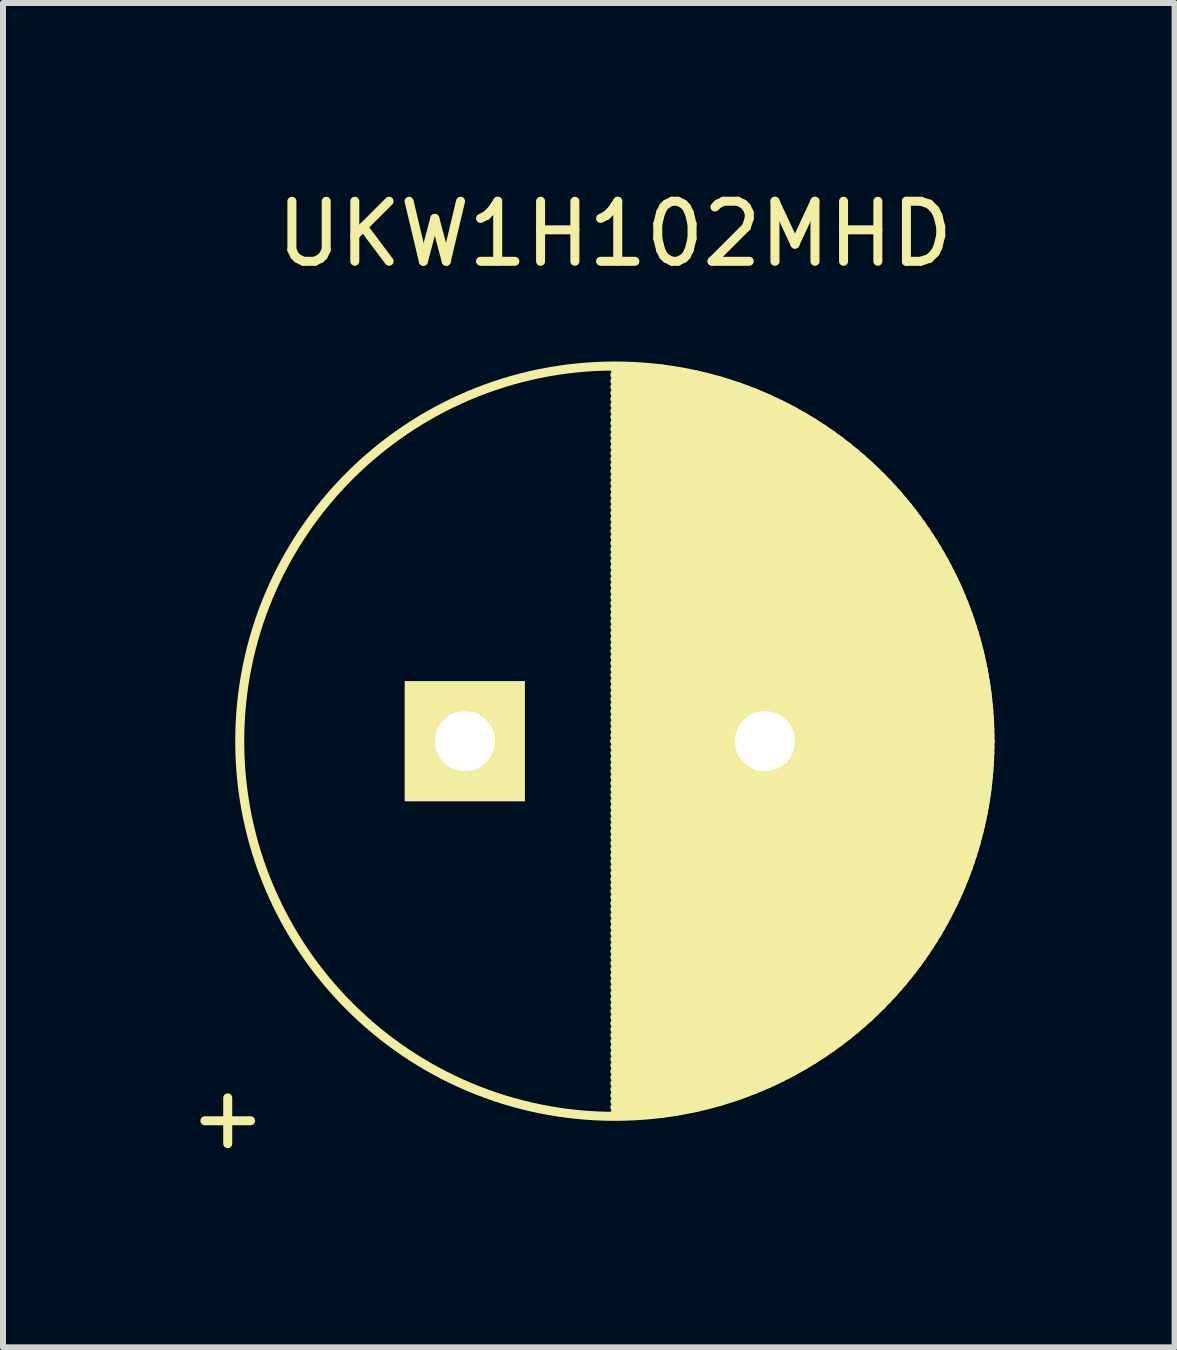
<source format=kicad_pcb>
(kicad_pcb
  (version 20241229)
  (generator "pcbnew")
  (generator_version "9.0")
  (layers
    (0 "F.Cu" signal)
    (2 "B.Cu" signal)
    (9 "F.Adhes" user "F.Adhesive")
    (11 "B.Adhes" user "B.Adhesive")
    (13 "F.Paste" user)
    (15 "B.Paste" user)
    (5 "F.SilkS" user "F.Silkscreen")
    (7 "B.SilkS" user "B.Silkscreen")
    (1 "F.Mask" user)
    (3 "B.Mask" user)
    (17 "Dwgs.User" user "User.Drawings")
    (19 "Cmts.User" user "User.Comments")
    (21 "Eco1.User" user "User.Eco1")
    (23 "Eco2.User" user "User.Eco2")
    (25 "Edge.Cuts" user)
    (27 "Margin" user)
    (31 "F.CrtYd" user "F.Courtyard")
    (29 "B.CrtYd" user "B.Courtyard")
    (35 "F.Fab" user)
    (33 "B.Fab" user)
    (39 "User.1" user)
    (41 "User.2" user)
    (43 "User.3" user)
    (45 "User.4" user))
  (footprint "UKW1H102MHD"
    (layer "F.Cu")
    (at 4.694 9.298)
    (property "Reference" "UKW1H102MHD" (at 2.5 -8.45 0) (layer "F.SilkS") (effects (font (size 1 1) (thickness 0.15))))
    (attr through_hole)
    (fp_line (start 2.5 -6.2) (end 3.289 -6.2) (stroke (width 0.15) (type solid)) (layer "F.SilkS"))
    (fp_line (start 2.5 -6.1) (end 3.861 -6.1) (stroke (width 0.15) (type solid)) (layer "F.SilkS"))
    (fp_line (start 2.5 -6) (end 4.25 -6) (stroke (width 0.15) (type solid)) (layer "F.SilkS"))
    (fp_line (start 2.5 -5.9) (end 4.562 -5.9) (stroke (width 0.15) (type solid)) (layer "F.SilkS"))
    (fp_line (start 2.5 -5.8) (end 4.829 -5.8) (stroke (width 0.15) (type solid)) (layer "F.SilkS"))
    (fp_line (start 2.5 -5.7) (end 5.064 -5.7) (stroke (width 0.15) (type solid)) (layer "F.SilkS"))
    (fp_line (start 2.5 -5.6) (end 5.275 -5.6) (stroke (width 0.15) (type solid)) (layer "F.SilkS"))
    (fp_line (start 2.5 -5.5) (end 5.469 -5.5) (stroke (width 0.15) (type solid)) (layer "F.SilkS"))
    (fp_line (start 2.5 -5.4) (end 5.647 -5.4) (stroke (width 0.15) (type solid)) (layer "F.SilkS"))
    (fp_line (start 2.5 -5.3) (end 5.812 -5.3) (stroke (width 0.15) (type solid)) (layer "F.SilkS"))
    (fp_line (start 2.5 -5.2) (end 5.967 -5.2) (stroke (width 0.15) (type solid)) (layer "F.SilkS"))
    (fp_line (start 2.5 -5.1) (end 6.113 -5.1) (stroke (width 0.15) (type solid)) (layer "F.SilkS"))
    (fp_line (start 2.5 -5) (end 6.25 -5) (stroke (width 0.15) (type solid)) (layer "F.SilkS"))
    (fp_line (start 2.5 -4.9) (end 6.38 -4.9) (stroke (width 0.15) (type solid)) (layer "F.SilkS"))
    (fp_line (start 2.5 -4.8) (end 6.503 -4.8) (stroke (width 0.15) (type solid)) (layer "F.SilkS"))
    (fp_line (start 2.5 -4.7) (end 6.62 -4.7) (stroke (width 0.15) (type solid)) (layer "F.SilkS"))
    (fp_line (start 2.5 -4.6) (end 6.731 -4.6) (stroke (width 0.15) (type solid)) (layer "F.SilkS"))
    (fp_line (start 2.5 -4.5) (end 6.837 -4.5) (stroke (width 0.15) (type solid)) (layer "F.SilkS"))
    (fp_line (start 2.5 -4.4) (end 6.939 -4.4) (stroke (width 0.15) (type solid)) (layer "F.SilkS"))
    (fp_line (start 2.5 -4.3) (end 7.036 -4.3) (stroke (width 0.15) (type solid)) (layer "F.SilkS"))
    (fp_line (start 2.5 -4.2) (end 7.128 -4.2) (stroke (width 0.15) (type solid)) (layer "F.SilkS"))
    (fp_line (start 2.5 -4.1) (end 7.217 -4.1) (stroke (width 0.15) (type solid)) (layer "F.SilkS"))
    (fp_line (start 2.5 -4) (end 7.302 -4) (stroke (width 0.15) (type solid)) (layer "F.SilkS"))
    (fp_line (start 2.5 -3.9) (end 7.384 -3.9) (stroke (width 0.15) (type solid)) (layer "F.SilkS"))
    (fp_line (start 2.5 -3.8) (end 7.462 -3.8) (stroke (width 0.15) (type solid)) (layer "F.SilkS"))
    (fp_line (start 2.5 -3.7) (end 7.537 -3.7) (stroke (width 0.15) (type solid)) (layer "F.SilkS"))
    (fp_line (start 2.5 -3.6) (end 7.609 -3.6) (stroke (width 0.15) (type solid)) (layer "F.SilkS"))
    (fp_line (start 2.5 -3.5) (end 7.678 -3.5) (stroke (width 0.15) (type solid)) (layer "F.SilkS"))
    (fp_line (start 2.5 -3.4) (end 7.744 -3.4) (stroke (width 0.15) (type solid)) (layer "F.SilkS"))
    (fp_line (start 2.5 -3.3) (end 7.808 -3.3) (stroke (width 0.15) (type solid)) (layer "F.SilkS"))
    (fp_line (start 2.5 -3.2) (end 7.869 -3.2) (stroke (width 0.15) (type solid)) (layer "F.SilkS"))
    (fp_line (start 2.5 -3.1) (end 7.927 -3.1) (stroke (width 0.15) (type solid)) (layer "F.SilkS"))
    (fp_line (start 2.5 -3) (end 7.983 -3) (stroke (width 0.15) (type solid)) (layer "F.SilkS"))
    (fp_line (start 2.5 -2.9) (end 8.036 -2.9) (stroke (width 0.15) (type solid)) (layer "F.SilkS"))
    (fp_line (start 2.5 -2.8) (end 8.088 -2.8) (stroke (width 0.15) (type solid)) (layer "F.SilkS"))
    (fp_line (start 2.5 -2.7) (end 8.137 -2.7) (stroke (width 0.15) (type solid)) (layer "F.SilkS"))
    (fp_line (start 2.5 -2.6) (end 8.184 -2.6) (stroke (width 0.15) (type solid)) (layer "F.SilkS"))
    (fp_line (start 2.5 -2.5) (end 8.228 -2.5) (stroke (width 0.15) (type solid)) (layer "F.SilkS"))
    (fp_line (start 2.5 -2.4) (end 8.271 -2.4) (stroke (width 0.15) (type solid)) (layer "F.SilkS"))
    (fp_line (start 2.5 -2.3) (end 8.311 -2.3) (stroke (width 0.15) (type solid)) (layer "F.SilkS"))
    (fp_line (start 2.5 -2.2) (end 8.35 -2.2) (stroke (width 0.15) (type solid)) (layer "F.SilkS"))
    (fp_line (start 2.5 -2.1) (end 8.387 -2.1) (stroke (width 0.15) (type solid)) (layer "F.SilkS"))
    (fp_line (start 2.5 -2) (end 8.421 -2) (stroke (width 0.15) (type solid)) (layer "F.SilkS"))
    (fp_line (start 2.5 -1.9) (end 8.454 -1.9) (stroke (width 0.15) (type solid)) (layer "F.SilkS"))
    (fp_line (start 2.5 -1.8) (end 8.485 -1.8) (stroke (width 0.15) (type solid)) (layer "F.SilkS"))
    (fp_line (start 2.5 -1.7) (end 8.514 -1.7) (stroke (width 0.15) (type solid)) (layer "F.SilkS"))
    (fp_line (start 2.5 -1.6) (end 8.542 -1.6) (stroke (width 0.15) (type solid)) (layer "F.SilkS"))
    (fp_line (start 2.5 -1.5) (end 8.567 -1.5) (stroke (width 0.15) (type solid)) (layer "F.SilkS"))
    (fp_line (start 2.5 -1.4) (end 8.591 -1.4) (stroke (width 0.15) (type solid)) (layer "F.SilkS"))
    (fp_line (start 2.5 -1.3) (end 8.613 -1.3) (stroke (width 0.15) (type solid)) (layer "F.SilkS"))
    (fp_line (start 2.5 -1.2) (end 8.634 -1.2) (stroke (width 0.15) (type solid)) (layer "F.SilkS"))
    (fp_line (start 2.5 -1.1) (end 8.652 -1.1) (stroke (width 0.15) (type solid)) (layer "F.SilkS"))
    (fp_line (start 2.5 -1) (end 8.669 -1) (stroke (width 0.15) (type solid)) (layer "F.SilkS"))
    (fp_line (start 2.5 -0.9) (end 8.685 -0.9) (stroke (width 0.15) (type solid)) (layer "F.SilkS"))
    (fp_line (start 2.5 -0.8) (end 8.699 -0.8) (stroke (width 0.15) (type solid)) (layer "F.SilkS"))
    (fp_line (start 2.5 -0.7) (end 8.711 -0.7) (stroke (width 0.15) (type solid)) (layer "F.SilkS"))
    (fp_line (start 2.5 -0.6) (end 8.721 -0.6) (stroke (width 0.15) (type solid)) (layer "F.SilkS"))
    (fp_line (start 2.5 -0.5) (end 8.73 -0.5) (stroke (width 0.15) (type solid)) (layer "F.SilkS"))
    (fp_line (start 2.5 -0.4) (end 8.737 -0.4) (stroke (width 0.15) (type solid)) (layer "F.SilkS"))
    (fp_line (start 2.5 -0.3) (end 8.743 -0.3) (stroke (width 0.15) (type solid)) (layer "F.SilkS"))
    (fp_line (start 2.5 -0.2) (end 8.747 -0.2) (stroke (width 0.15) (type solid)) (layer "F.SilkS"))
    (fp_line (start 2.5 -0.1) (end 8.749 -0.1) (stroke (width 0.15) (type solid)) (layer "F.SilkS"))
    (fp_line (start 2.5 0) (end 8.75 0) (stroke (width 0.15) (type solid)) (layer "F.SilkS"))
    (fp_line (start 2.5 0) (end 8.75 0) (stroke (width 0.15) (type solid)) (layer "F.SilkS"))
    (fp_line (start 2.5 0.1) (end 8.749 0.1) (stroke (width 0.15) (type solid)) (layer "F.SilkS"))
    (fp_line (start 2.5 0.2) (end 8.747 0.2) (stroke (width 0.15) (type solid)) (layer "F.SilkS"))
    (fp_line (start 2.5 0.3) (end 8.743 0.3) (stroke (width 0.15) (type solid)) (layer "F.SilkS"))
    (fp_line (start 2.5 0.4) (end 8.737 0.4) (stroke (width 0.15) (type solid)) (layer "F.SilkS"))
    (fp_line (start 2.5 0.5) (end 8.73 0.5) (stroke (width 0.15) (type solid)) (layer "F.SilkS"))
    (fp_line (start 2.5 0.6) (end 8.721 0.6) (stroke (width 0.15) (type solid)) (layer "F.SilkS"))
    (fp_line (start 2.5 0.7) (end 8.711 0.7) (stroke (width 0.15) (type solid)) (layer "F.SilkS"))
    (fp_line (start 2.5 0.8) (end 8.699 0.8) (stroke (width 0.15) (type solid)) (layer "F.SilkS"))
    (fp_line (start 2.5 0.9) (end 8.685 0.9) (stroke (width 0.15) (type solid)) (layer "F.SilkS"))
    (fp_line (start 2.5 1) (end 8.669 1) (stroke (width 0.15) (type solid)) (layer "F.SilkS"))
    (fp_line (start 2.5 1.1) (end 8.652 1.1) (stroke (width 0.15) (type solid)) (layer "F.SilkS"))
    (fp_line (start 2.5 1.2) (end 8.634 1.2) (stroke (width 0.15) (type solid)) (layer "F.SilkS"))
    (fp_line (start 2.5 1.3) (end 8.613 1.3) (stroke (width 0.15) (type solid)) (layer "F.SilkS"))
    (fp_line (start 2.5 1.4) (end 8.591 1.4) (stroke (width 0.15) (type solid)) (layer "F.SilkS"))
    (fp_line (start 2.5 1.5) (end 8.567 1.5) (stroke (width 0.15) (type solid)) (layer "F.SilkS"))
    (fp_line (start 2.5 1.6) (end 8.542 1.6) (stroke (width 0.15) (type solid)) (layer "F.SilkS"))
    (fp_line (start 2.5 1.7) (end 8.514 1.7) (stroke (width 0.15) (type solid)) (layer "F.SilkS"))
    (fp_line (start 2.5 1.8) (end 8.485 1.8) (stroke (width 0.15) (type solid)) (layer "F.SilkS"))
    (fp_line (start 2.5 1.9) (end 8.454 1.9) (stroke (width 0.15) (type solid)) (layer "F.SilkS"))
    (fp_line (start 2.5 2) (end 8.421 2) (stroke (width 0.15) (type solid)) (layer "F.SilkS"))
    (fp_line (start 2.5 2.1) (end 8.387 2.1) (stroke (width 0.15) (type solid)) (layer "F.SilkS"))
    (fp_line (start 2.5 2.2) (end 8.35 2.2) (stroke (width 0.15) (type solid)) (layer "F.SilkS"))
    (fp_line (start 2.5 2.3) (end 8.311 2.3) (stroke (width 0.15) (type solid)) (layer "F.SilkS"))
    (fp_line (start 2.5 2.4) (end 8.271 2.4) (stroke (width 0.15) (type solid)) (layer "F.SilkS"))
    (fp_line (start 2.5 2.5) (end 8.228 2.5) (stroke (width 0.15) (type solid)) (layer "F.SilkS"))
    (fp_line (start 2.5 2.6) (end 8.184 2.6) (stroke (width 0.15) (type solid)) (layer "F.SilkS"))
    (fp_line (start 2.5 2.7) (end 8.137 2.7) (stroke (width 0.15) (type solid)) (layer "F.SilkS"))
    (fp_line (start 2.5 2.8) (end 8.088 2.8) (stroke (width 0.15) (type solid)) (layer "F.SilkS"))
    (fp_line (start 2.5 2.9) (end 8.036 2.9) (stroke (width 0.15) (type solid)) (layer "F.SilkS"))
    (fp_line (start 2.5 3) (end 7.983 3) (stroke (width 0.15) (type solid)) (layer "F.SilkS"))
    (fp_line (start 2.5 3.1) (end 7.927 3.1) (stroke (width 0.15) (type solid)) (layer "F.SilkS"))
    (fp_line (start 2.5 3.2) (end 7.869 3.2) (stroke (width 0.15) (type solid)) (layer "F.SilkS"))
    (fp_line (start 2.5 3.3) (end 7.808 3.3) (stroke (width 0.15) (type solid)) (layer "F.SilkS"))
    (fp_line (start 2.5 3.4) (end 7.744 3.4) (stroke (width 0.15) (type solid)) (layer "F.SilkS"))
    (fp_line (start 2.5 3.5) (end 7.678 3.5) (stroke (width 0.15) (type solid)) (layer "F.SilkS"))
    (fp_line (start 2.5 3.6) (end 7.609 3.6) (stroke (width 0.15) (type solid)) (layer "F.SilkS"))
    (fp_line (start 2.5 3.7) (end 7.537 3.7) (stroke (width 0.15) (type solid)) (layer "F.SilkS"))
    (fp_line (start 2.5 3.8) (end 7.462 3.8) (stroke (width 0.15) (type solid)) (layer "F.SilkS"))
    (fp_line (start 2.5 3.9) (end 7.384 3.9) (stroke (width 0.15) (type solid)) (layer "F.SilkS"))
    (fp_line (start 2.5 4) (end 7.302 4) (stroke (width 0.15) (type solid)) (layer "F.SilkS"))
    (fp_line (start 2.5 4.1) (end 7.217 4.1) (stroke (width 0.15) (type solid)) (layer "F.SilkS"))
    (fp_line (start 2.5 4.2) (end 7.128 4.2) (stroke (width 0.15) (type solid)) (layer "F.SilkS"))
    (fp_line (start 2.5 4.3) (end 7.036 4.3) (stroke (width 0.15) (type solid)) (layer "F.SilkS"))
    (fp_line (start 2.5 4.4) (end 6.939 4.4) (stroke (width 0.15) (type solid)) (layer "F.SilkS"))
    (fp_line (start 2.5 4.5) (end 6.837 4.5) (stroke (width 0.15) (type solid)) (layer "F.SilkS"))
    (fp_line (start 2.5 4.6) (end 6.731 4.6) (stroke (width 0.15) (type solid)) (layer "F.SilkS"))
    (fp_line (start 2.5 4.7) (end 6.62 4.7) (stroke (width 0.15) (type solid)) (layer "F.SilkS"))
    (fp_line (start 2.5 4.8) (end 6.503 4.8) (stroke (width 0.15) (type solid)) (layer "F.SilkS"))
    (fp_line (start 2.5 4.9) (end 6.38 4.9) (stroke (width 0.15) (type solid)) (layer "F.SilkS"))
    (fp_line (start 2.5 5) (end 6.25 5) (stroke (width 0.15) (type solid)) (layer "F.SilkS"))
    (fp_line (start 2.5 5.1) (end 6.113 5.1) (stroke (width 0.15) (type solid)) (layer "F.SilkS"))
    (fp_line (start 2.5 5.2) (end 5.967 5.2) (stroke (width 0.15) (type solid)) (layer "F.SilkS"))
    (fp_line (start 2.5 5.3) (end 5.812 5.3) (stroke (width 0.15) (type solid)) (layer "F.SilkS"))
    (fp_line (start 2.5 5.4) (end 5.647 5.4) (stroke (width 0.15) (type solid)) (layer "F.SilkS"))
    (fp_line (start 2.5 5.5) (end 5.469 5.5) (stroke (width 0.15) (type solid)) (layer "F.SilkS"))
    (fp_line (start 2.5 5.6) (end 5.275 5.6) (stroke (width 0.15) (type solid)) (layer "F.SilkS"))
    (fp_line (start 2.5 5.7) (end 5.064 5.7) (stroke (width 0.15) (type solid)) (layer "F.SilkS"))
    (fp_line (start 2.5 5.8) (end 4.829 5.8) (stroke (width 0.15) (type solid)) (layer "F.SilkS"))
    (fp_line (start 2.5 5.9) (end 4.562 5.9) (stroke (width 0.15) (type solid)) (layer "F.SilkS"))
    (fp_line (start 2.5 6) (end 4.25 6) (stroke (width 0.15) (type solid)) (layer "F.SilkS"))
    (fp_line (start 2.5 6.1) (end 3.861 6.1) (stroke (width 0.15) (type solid)) (layer "F.SilkS"))
    (fp_line (start 2.5 6.2) (end 3.289 6.2) (stroke (width 0.15) (type solid)) (layer "F.SilkS"))
    (fp_circle (center 2.5 0) (end 2.5 -6.25) (stroke (width 0.15) (type solid)) (fill no) (layer "F.SilkS"))
    (fp_text user "+" (at -3.95 6.25 0) (layer "F.SilkS") (effects (font (size 1 1) (thickness 0.15))))
    (pad "1" thru_hole rect (at 0 0) (size 2 2) (drill 1) (layers "*.Cu" "*.Mask" "F.SilkS"))
    (pad "2" thru_hole circle (at 5 0) (size 2 2) (drill 1) (layers "*.Cu" "*.Mask" "F.SilkS")))
  (gr_rect
    (start -3 -3)
    (end 16.519 19.396)
    (stroke (width 0.1) (type default))
    (fill no)
    (layer "Edge.Cuts")))
</source>
